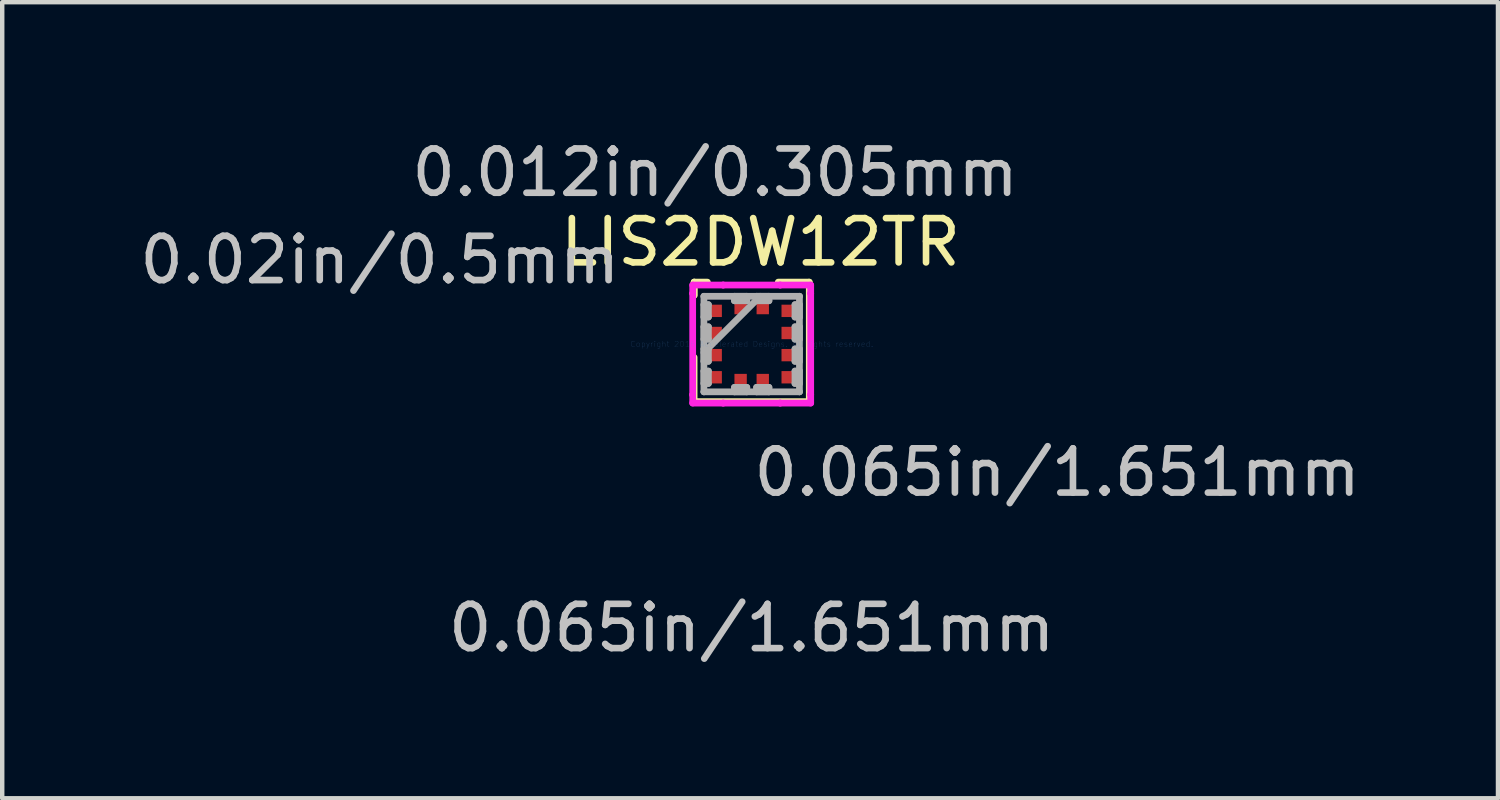
<source format=kicad_pcb>
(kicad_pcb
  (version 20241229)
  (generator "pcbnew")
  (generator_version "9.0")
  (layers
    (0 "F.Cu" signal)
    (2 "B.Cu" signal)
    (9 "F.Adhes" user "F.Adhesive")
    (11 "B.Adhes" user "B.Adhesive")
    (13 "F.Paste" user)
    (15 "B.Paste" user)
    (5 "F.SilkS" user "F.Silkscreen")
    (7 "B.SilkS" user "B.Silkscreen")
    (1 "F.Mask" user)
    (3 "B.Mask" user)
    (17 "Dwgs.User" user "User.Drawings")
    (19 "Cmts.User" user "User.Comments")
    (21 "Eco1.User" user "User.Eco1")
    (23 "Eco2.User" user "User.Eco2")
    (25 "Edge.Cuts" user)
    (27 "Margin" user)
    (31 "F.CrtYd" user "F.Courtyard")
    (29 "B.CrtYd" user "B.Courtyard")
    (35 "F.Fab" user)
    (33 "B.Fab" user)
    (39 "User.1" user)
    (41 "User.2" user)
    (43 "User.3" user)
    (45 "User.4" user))
  (footprint "LIS2DW12TR"
    (layer "F.Cu")
    (at 13.93 4.722)
    (property "Reference" "LIS2DW12TR" (at 0.2 -2.3 180) (layer "F.SilkS") (effects (font (size 1 1) (thickness 0.15))))
    (attr smd)
    (fp_line (start -1.3 -1.4) (end -1.3 -1.1) (stroke (width 0.15) (type solid)) (layer "F.SilkS"))
    (fp_line (start -1.3 -1.4) (end -1 -1.4) (stroke (width 0.15) (type solid)) (layer "F.SilkS"))
    (fp_line (start -1.3 -1.1) (end -1.3 -1.4) (stroke (width 0.15) (type solid)) (layer "F.SilkS"))
    (fp_line (start -1.3 1.3) (end -1.3 0.3) (stroke (width 0.15) (type solid)) (layer "F.SilkS"))
    (fp_line (start 0.6 -1.4) (end 1.3 -1.4) (stroke (width 0.15) (type solid)) (layer "F.SilkS"))
    (fp_line (start 1.3 -1.4) (end 1.3 1.3) (stroke (width 0.15) (type solid)) (layer "F.SilkS"))
    (fp_line (start 1.3 1.3) (end -1.3 1.3) (stroke (width 0.15) (type solid)) (layer "F.SilkS"))
    (fp_line (start -1.333 -1.333) (end -0.644 -1.333) (stroke (width 0.152) (type solid)) (layer "F.CrtYd"))
    (fp_line (start -1.333 -1.144) (end -1.333 -1.333) (stroke (width 0.152) (type solid)) (layer "F.CrtYd"))
    (fp_line (start -1.333 -1.144) (end -1.333 -1.144) (stroke (width 0.152) (type solid)) (layer "F.CrtYd"))
    (fp_line (start -1.333 1.144) (end -1.333 -1.144) (stroke (width 0.152) (type solid)) (layer "F.CrtYd"))
    (fp_line (start -1.333 1.144) (end -1.333 1.144) (stroke (width 0.152) (type solid)) (layer "F.CrtYd"))
    (fp_line (start -1.333 1.333) (end -1.333 1.144) (stroke (width 0.152) (type solid)) (layer "F.CrtYd"))
    (fp_line (start -0.644 -1.333) (end -0.644 -1.333) (stroke (width 0.152) (type solid)) (layer "F.CrtYd"))
    (fp_line (start -0.644 -1.333) (end 0.644 -1.333) (stroke (width 0.152) (type solid)) (layer "F.CrtYd"))
    (fp_line (start -0.644 1.333) (end -1.333 1.333) (stroke (width 0.152) (type solid)) (layer "F.CrtYd"))
    (fp_line (start -0.644 1.333) (end -0.644 1.333) (stroke (width 0.152) (type solid)) (layer "F.CrtYd"))
    (fp_line (start 0.644 -1.333) (end 0.644 -1.333) (stroke (width 0.152) (type solid)) (layer "F.CrtYd"))
    (fp_line (start 0.644 -1.333) (end 1.333 -1.333) (stroke (width 0.152) (type solid)) (layer "F.CrtYd"))
    (fp_line (start 0.644 1.333) (end -0.644 1.333) (stroke (width 0.152) (type solid)) (layer "F.CrtYd"))
    (fp_line (start 0.644 1.333) (end 0.644 1.333) (stroke (width 0.152) (type solid)) (layer "F.CrtYd"))
    (fp_line (start 1.333 -1.333) (end 1.333 -1.144) (stroke (width 0.152) (type solid)) (layer "F.CrtYd"))
    (fp_line (start 1.333 -1.144) (end 1.333 -1.144) (stroke (width 0.152) (type solid)) (layer "F.CrtYd"))
    (fp_line (start 1.333 -1.144) (end 1.333 1.144) (stroke (width 0.152) (type solid)) (layer "F.CrtYd"))
    (fp_line (start 1.333 1.144) (end 1.333 1.144) (stroke (width 0.152) (type solid)) (layer "F.CrtYd"))
    (fp_line (start 1.333 1.144) (end 1.333 1.333) (stroke (width 0.152) (type solid)) (layer "F.CrtYd"))
    (fp_line (start 1.333 1.333) (end 0.644 1.333) (stroke (width 0.152) (type solid)) (layer "F.CrtYd"))
    (fp_line (start -1.079 -1.079) (end -1.079 -1.079) (stroke (width 0.152) (type solid)) (layer "F.Fab"))
    (fp_line (start -1.079 -1.079) (end -1.079 1.079) (stroke (width 0.152) (type solid)) (layer "F.Fab"))
    (fp_line (start -1.079 -0.89) (end -0.978 -0.89) (stroke (width 0.152) (type solid)) (layer "F.Fab"))
    (fp_line (start -1.079 -0.61) (end -1.079 -0.89) (stroke (width 0.152) (type solid)) (layer "F.Fab"))
    (fp_line (start -1.079 -0.39) (end -0.978 -0.39) (stroke (width 0.152) (type solid)) (layer "F.Fab"))
    (fp_line (start -1.079 -0.11) (end -1.079 -0.39) (stroke (width 0.152) (type solid)) (layer "F.Fab"))
    (fp_line (start -1.079 0.11) (end -0.978 0.11) (stroke (width 0.152) (type solid)) (layer "F.Fab"))
    (fp_line (start -1.079 0.191) (end 0.191 -1.079) (stroke (width 0.152) (type solid)) (layer "F.Fab"))
    (fp_line (start -1.079 0.39) (end -1.079 0.11) (stroke (width 0.152) (type solid)) (layer "F.Fab"))
    (fp_line (start -1.079 0.61) (end -0.978 0.61) (stroke (width 0.152) (type solid)) (layer "F.Fab"))
    (fp_line (start -1.079 0.89) (end -1.079 0.61) (stroke (width 0.152) (type solid)) (layer "F.Fab"))
    (fp_line (start -1.079 1.079) (end -1.079 1.079) (stroke (width 0.152) (type solid)) (layer "F.Fab"))
    (fp_line (start -1.079 1.079) (end 1.079 1.079) (stroke (width 0.152) (type solid)) (layer "F.Fab"))
    (fp_line (start -0.978 -0.89) (end -0.978 -0.61) (stroke (width 0.152) (type solid)) (layer "F.Fab"))
    (fp_line (start -0.978 -0.61) (end -1.079 -0.61) (stroke (width 0.152) (type solid)) (layer "F.Fab"))
    (fp_line (start -0.978 -0.39) (end -0.978 -0.11) (stroke (width 0.152) (type solid)) (layer "F.Fab"))
    (fp_line (start -0.978 -0.11) (end -1.079 -0.11) (stroke (width 0.152) (type solid)) (layer "F.Fab"))
    (fp_line (start -0.978 0.11) (end -0.978 0.39) (stroke (width 0.152) (type solid)) (layer "F.Fab"))
    (fp_line (start -0.978 0.39) (end -1.079 0.39) (stroke (width 0.152) (type solid)) (layer "F.Fab"))
    (fp_line (start -0.978 0.61) (end -0.978 0.89) (stroke (width 0.152) (type solid)) (layer "F.Fab"))
    (fp_line (start -0.978 0.89) (end -1.079 0.89) (stroke (width 0.152) (type solid)) (layer "F.Fab"))
    (fp_line (start -0.39 -1.079) (end -0.11 -1.079) (stroke (width 0.152) (type solid)) (layer "F.Fab"))
    (fp_line (start -0.39 -0.978) (end -0.39 -1.079) (stroke (width 0.152) (type solid)) (layer "F.Fab"))
    (fp_line (start -0.39 0.978) (end -0.11 0.978) (stroke (width 0.152) (type solid)) (layer "F.Fab"))
    (fp_line (start -0.39 1.079) (end -0.39 0.978) (stroke (width 0.152) (type solid)) (layer "F.Fab"))
    (fp_line (start -0.11 -1.079) (end -0.11 -0.978) (stroke (width 0.152) (type solid)) (layer "F.Fab"))
    (fp_line (start -0.11 -0.978) (end -0.39 -0.978) (stroke (width 0.152) (type solid)) (layer "F.Fab"))
    (fp_line (start -0.11 0.978) (end -0.11 1.079) (stroke (width 0.152) (type solid)) (layer "F.Fab"))
    (fp_line (start -0.11 1.079) (end -0.39 1.079) (stroke (width 0.152) (type solid)) (layer "F.Fab"))
    (fp_line (start 0.11 -1.079) (end 0.39 -1.079) (stroke (width 0.152) (type solid)) (layer "F.Fab"))
    (fp_line (start 0.11 -0.978) (end 0.11 -1.079) (stroke (width 0.152) (type solid)) (layer "F.Fab"))
    (fp_line (start 0.11 0.978) (end 0.39 0.978) (stroke (width 0.152) (type solid)) (layer "F.Fab"))
    (fp_line (start 0.11 1.079) (end 0.11 0.978) (stroke (width 0.152) (type solid)) (layer "F.Fab"))
    (fp_line (start 0.39 -1.079) (end 0.39 -0.978) (stroke (width 0.152) (type solid)) (layer "F.Fab"))
    (fp_line (start 0.39 -0.978) (end 0.11 -0.978) (stroke (width 0.152) (type solid)) (layer "F.Fab"))
    (fp_line (start 0.39 0.978) (end 0.39 1.079) (stroke (width 0.152) (type solid)) (layer "F.Fab"))
    (fp_line (start 0.39 1.079) (end 0.11 1.079) (stroke (width 0.152) (type solid)) (layer "F.Fab"))
    (fp_line (start 0.978 -0.89) (end 1.079 -0.89) (stroke (width 0.152) (type solid)) (layer "F.Fab"))
    (fp_line (start 0.978 -0.61) (end 0.978 -0.89) (stroke (width 0.152) (type solid)) (layer "F.Fab"))
    (fp_line (start 0.978 -0.39) (end 1.079 -0.39) (stroke (width 0.152) (type solid)) (layer "F.Fab"))
    (fp_line (start 0.978 -0.11) (end 0.978 -0.39) (stroke (width 0.152) (type solid)) (layer "F.Fab"))
    (fp_line (start 0.978 0.11) (end 1.079 0.11) (stroke (width 0.152) (type solid)) (layer "F.Fab"))
    (fp_line (start 0.978 0.39) (end 0.978 0.11) (stroke (width 0.152) (type solid)) (layer "F.Fab"))
    (fp_line (start 0.978 0.61) (end 1.079 0.61) (stroke (width 0.152) (type solid)) (layer "F.Fab"))
    (fp_line (start 0.978 0.89) (end 0.978 0.61) (stroke (width 0.152) (type solid)) (layer "F.Fab"))
    (fp_line (start 1.079 -1.079) (end -1.079 -1.079) (stroke (width 0.152) (type solid)) (layer "F.Fab"))
    (fp_line (start 1.079 -1.079) (end 1.079 -1.079) (stroke (width 0.152) (type solid)) (layer "F.Fab"))
    (fp_line (start 1.079 -0.89) (end 1.079 -0.61) (stroke (width 0.152) (type solid)) (layer "F.Fab"))
    (fp_line (start 1.079 -0.61) (end 0.978 -0.61) (stroke (width 0.152) (type solid)) (layer "F.Fab"))
    (fp_line (start 1.079 -0.39) (end 1.079 -0.11) (stroke (width 0.152) (type solid)) (layer "F.Fab"))
    (fp_line (start 1.079 -0.11) (end 0.978 -0.11) (stroke (width 0.152) (type solid)) (layer "F.Fab"))
    (fp_line (start 1.079 0.11) (end 1.079 0.39) (stroke (width 0.152) (type solid)) (layer "F.Fab"))
    (fp_line (start 1.079 0.39) (end 0.978 0.39) (stroke (width 0.152) (type solid)) (layer "F.Fab"))
    (fp_line (start 1.079 0.61) (end 1.079 0.89) (stroke (width 0.152) (type solid)) (layer "F.Fab"))
    (fp_line (start 1.079 0.89) (end 0.978 0.89) (stroke (width 0.152) (type solid)) (layer "F.Fab"))
    (fp_line (start 1.079 1.079) (end 1.079 -1.079) (stroke (width 0.152) (type solid)) (layer "F.Fab"))
    (fp_line (start 1.079 1.079) (end 1.079 1.079) (stroke (width 0.152) (type solid)) (layer "F.Fab"))
    (fp_text user "0.02in/0.5mm" (at -8.4 -1.9 180) (layer "Dwgs.User") (effects (font (size 1 1) (thickness 0.15))))
    (fp_text user "0.012in/0.305mm" (at -0.826 -3.873 180) (layer "Dwgs.User") (effects (font (size 1 1) (thickness 0.15))))
    (fp_text user "0.065in/1.651mm" (at 0 6.413 180) (layer "Dwgs.User") (effects (font (size 1 1) (thickness 0.15))))
    (fp_text user "0.065in/1.651mm" (at 6.9 2.9 180) (layer "Dwgs.User") (effects (font (size 1 1) (thickness 0.15))))
    (fp_text user "Copyright 2016 Accelerated Designs. All rights reserved." (at 0 0 180) (layer "Cmts.User") (effects (font (size 0.127 0.127) (thickness 0.002))))
    (pad "1" smd rect (at -0.826 -0.75 90) (size 0.279 0.305) (layers "F.Cu" "F.Mask" "F.Paste"))
    (pad "2" smd rect (at -0.826 -0.25 90) (size 0.279 0.305) (layers "F.Cu" "F.Mask" "F.Paste"))
    (pad "3" smd rect (at -0.826 0.25 90) (size 0.279 0.305) (layers "F.Cu" "F.Mask" "F.Paste"))
    (pad "4" smd rect (at -0.826 0.75 90) (size 0.279 0.305) (layers "F.Cu" "F.Mask" "F.Paste"))
    (pad "5" smd rect (at -0.25 0.826) (size 0.279 0.305) (layers "F.Cu" "F.Mask" "F.Paste"))
    (pad "6" smd rect (at 0.25 0.826) (size 0.279 0.305) (layers "F.Cu" "F.Mask" "F.Paste"))
    (pad "7" smd rect (at 0.826 0.75 90) (size 0.279 0.305) (layers "F.Cu" "F.Mask" "F.Paste"))
    (pad "8" smd rect (at 0.826 0.25 90) (size 0.279 0.305) (layers "F.Cu" "F.Mask" "F.Paste"))
    (pad "9" smd rect (at 0.826 -0.25 90) (size 0.279 0.305) (layers "F.Cu" "F.Mask" "F.Paste"))
    (pad "10" smd rect (at 0.826 -0.75 90) (size 0.279 0.305) (layers "F.Cu" "F.Mask" "F.Paste"))
    (pad "11" smd rect (at 0.25 -0.826) (size 0.279 0.305) (layers "F.Cu" "F.Mask" "F.Paste"))
    (pad "12" smd rect (at -0.25 -0.826) (size 0.279 0.305) (layers "F.Cu" "F.Mask" "F.Paste")))
  (gr_rect
    (start -3 -3)
    (end 30.788 14.983)
    (stroke (width 0.1) (type default))
    (fill no)
    (layer "Edge.Cuts")))
</source>
